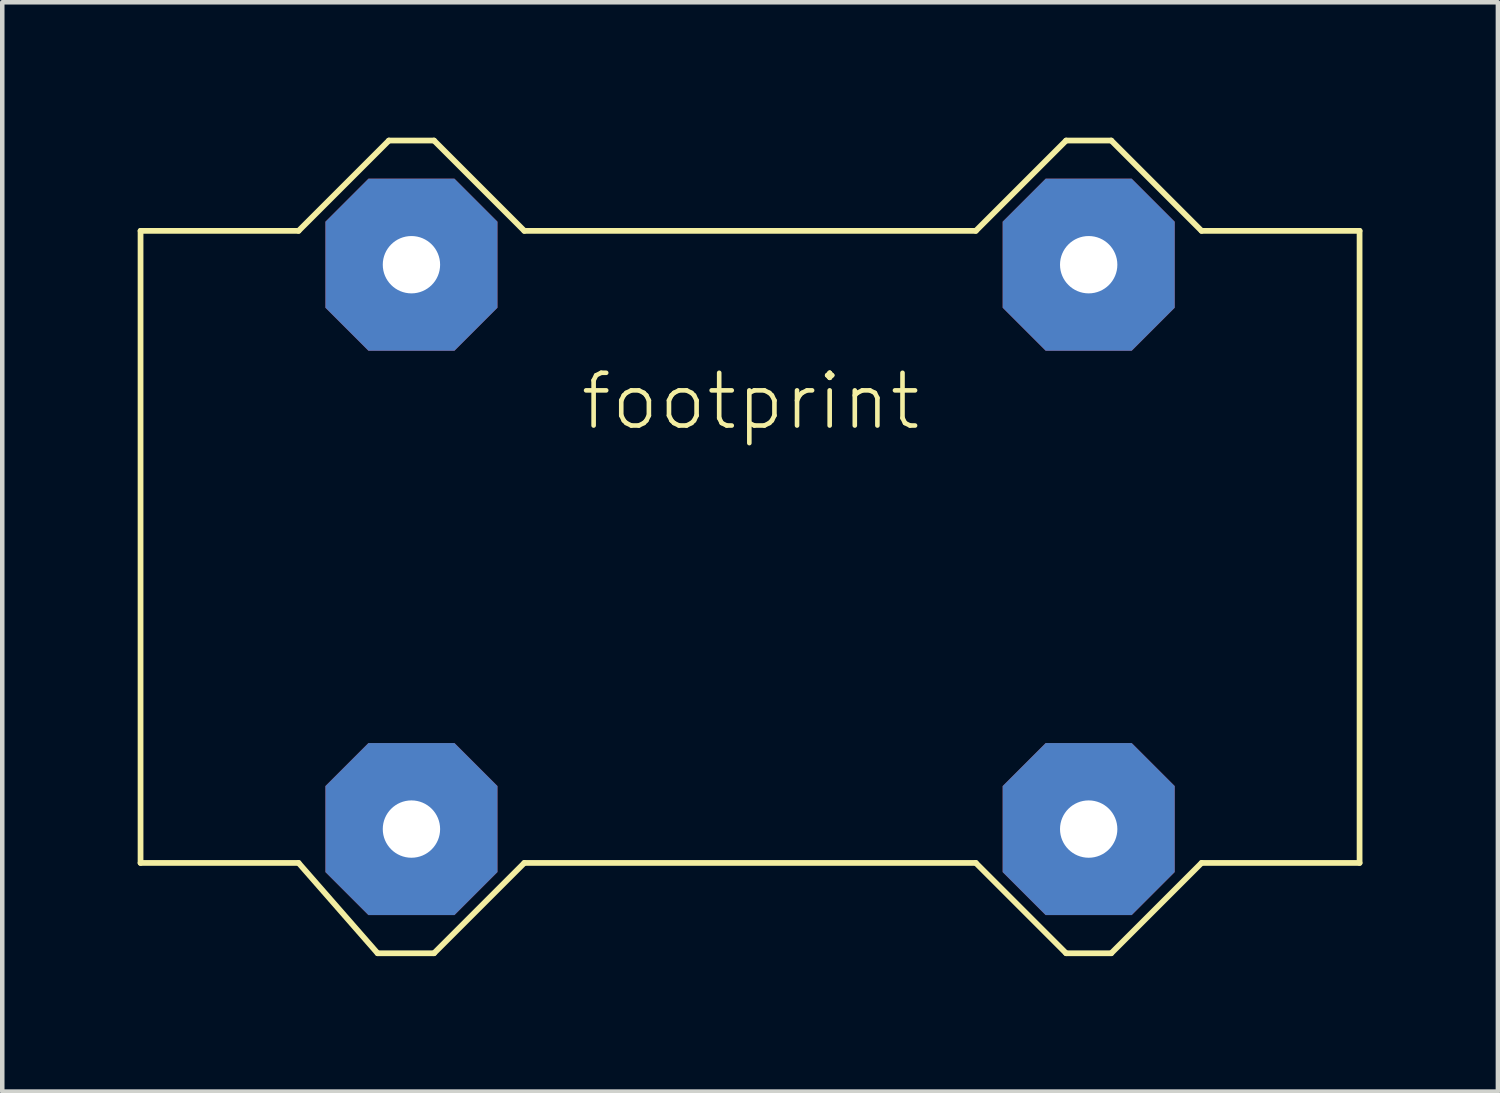
<source format=kicad_pcb>
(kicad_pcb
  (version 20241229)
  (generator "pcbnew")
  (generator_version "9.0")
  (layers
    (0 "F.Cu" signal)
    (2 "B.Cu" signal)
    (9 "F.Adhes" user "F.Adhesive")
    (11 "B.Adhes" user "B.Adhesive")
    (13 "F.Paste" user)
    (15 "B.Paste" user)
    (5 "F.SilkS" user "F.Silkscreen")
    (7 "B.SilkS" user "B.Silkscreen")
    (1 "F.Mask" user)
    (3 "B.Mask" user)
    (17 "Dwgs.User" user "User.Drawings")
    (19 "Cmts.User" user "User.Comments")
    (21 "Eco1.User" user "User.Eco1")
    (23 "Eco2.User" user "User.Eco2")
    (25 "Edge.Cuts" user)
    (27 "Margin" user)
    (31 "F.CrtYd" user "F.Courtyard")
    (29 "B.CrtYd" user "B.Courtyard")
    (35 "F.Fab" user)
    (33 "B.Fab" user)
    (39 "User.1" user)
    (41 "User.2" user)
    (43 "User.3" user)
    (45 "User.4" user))
  (footprint "footprint"
    (layer "F.Cu")
    (at 13.563 9.063)
    (property "Reference" "footprint" (at -3.81 -2.54 0) (layer "F.SilkS") (effects (font (size 1.168 1.168) (thickness 0.102)) (justify left bottom)))
    (fp_line (start -13.5 -7) (end -10 -7) (stroke (width 0.127) (type solid)) (layer "F.SilkS"))
    (fp_line (start -13.5 7) (end -13.5 -7) (stroke (width 0.127) (type solid)) (layer "F.SilkS"))
    (fp_line (start -10 -7) (end -8 -9) (stroke (width 0.127) (type solid)) (layer "F.SilkS"))
    (fp_line (start -10 7) (end -13.5 7) (stroke (width 0.127) (type solid)) (layer "F.SilkS"))
    (fp_line (start -8.25 9) (end -10 7) (stroke (width 0.127) (type solid)) (layer "F.SilkS"))
    (fp_line (start -8 -9) (end -7 -9) (stroke (width 0.127) (type solid)) (layer "F.SilkS"))
    (fp_line (start -7 -9) (end -5 -7) (stroke (width 0.127) (type solid)) (layer "F.SilkS"))
    (fp_line (start -7 9) (end -8.25 9) (stroke (width 0.127) (type solid)) (layer "F.SilkS"))
    (fp_line (start -5 -7) (end 5 -7) (stroke (width 0.127) (type solid)) (layer "F.SilkS"))
    (fp_line (start -5 7) (end -7 9) (stroke (width 0.127) (type solid)) (layer "F.SilkS"))
    (fp_line (start 5 -7) (end 7 -9) (stroke (width 0.127) (type solid)) (layer "F.SilkS"))
    (fp_line (start 5 7) (end -5 7) (stroke (width 0.127) (type solid)) (layer "F.SilkS"))
    (fp_line (start 7 -9) (end 8 -9) (stroke (width 0.127) (type solid)) (layer "F.SilkS"))
    (fp_line (start 7 9) (end 5 7) (stroke (width 0.127) (type solid)) (layer "F.SilkS"))
    (fp_line (start 8 -9) (end 10 -7) (stroke (width 0.127) (type solid)) (layer "F.SilkS"))
    (fp_line (start 8 9) (end 7 9) (stroke (width 0.127) (type solid)) (layer "F.SilkS"))
    (fp_line (start 10 -7) (end 13.5 -7) (stroke (width 0.127) (type solid)) (layer "F.SilkS"))
    (fp_line (start 10 7) (end 8 9) (stroke (width 0.127) (type solid)) (layer "F.SilkS"))
    (fp_line (start 13.5 -7) (end 13.5 7) (stroke (width 0.127) (type solid)) (layer "F.SilkS"))
    (fp_line (start 13.5 7) (end 10 7) (stroke (width 0.127) (type solid)) (layer "F.SilkS"))
    (pad "1" thru_hole roundrect (at -7.5 -6.25) (size 3.81 3.81) (drill 1.27) (layers "*.Cu" "*.Mask") (roundrect_rratio 0.25) (chamfer_ratio 0.25) (chamfer top_left top_right bottom_left bottom_right))
    (pad "2" thru_hole roundrect (at -7.5 6.25) (size 3.81 3.81) (drill 1.27) (layers "*.Cu" "*.Mask") (roundrect_rratio 0.25) (chamfer_ratio 0.25) (chamfer top_left top_right bottom_left bottom_right))
    (pad "3" thru_hole roundrect (at 7.5 -6.25) (size 3.81 3.81) (drill 1.27) (layers "*.Cu" "*.Mask") (roundrect_rratio 0.25) (chamfer_ratio 0.25) (chamfer top_left top_right bottom_left bottom_right))
    (pad "4" thru_hole roundrect (at 7.5 6.25) (size 3.81 3.81) (drill 1.27) (layers "*.Cu" "*.Mask") (roundrect_rratio 0.25) (chamfer_ratio 0.25) (chamfer top_left top_right bottom_left bottom_right)))
  (gr_rect
    (start -3 -3)
    (end 30.127 21.127)
    (stroke (width 0.1) (type default))
    (fill no)
    (layer "Edge.Cuts")))
</source>
